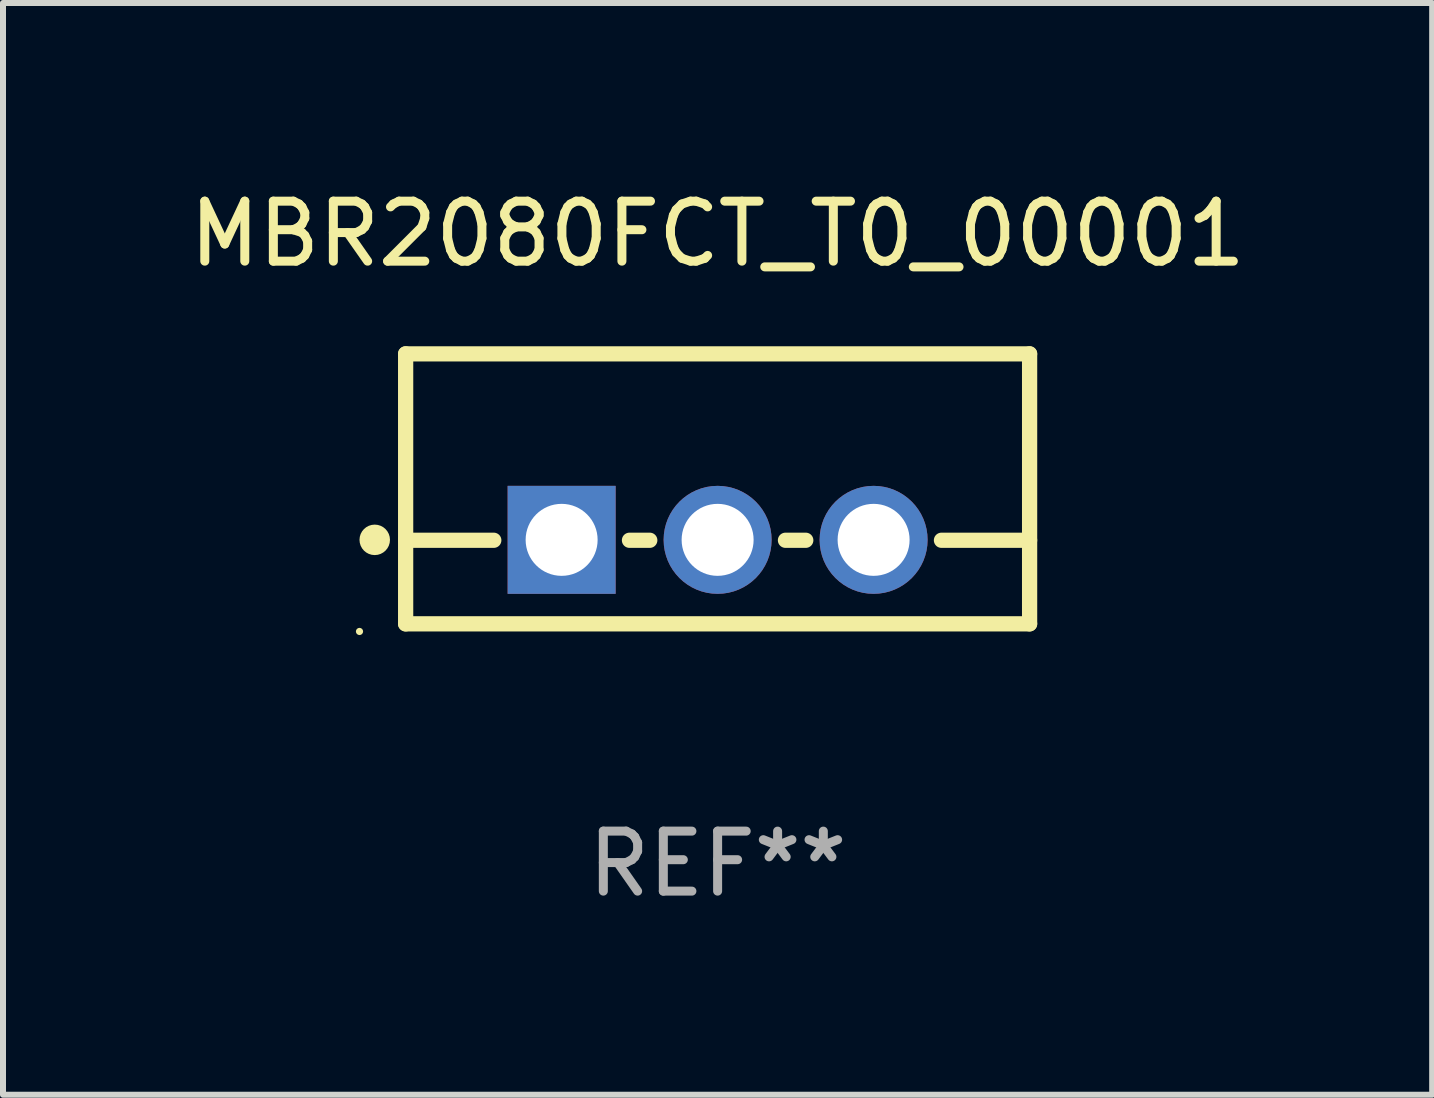
<source format=kicad_pcb>
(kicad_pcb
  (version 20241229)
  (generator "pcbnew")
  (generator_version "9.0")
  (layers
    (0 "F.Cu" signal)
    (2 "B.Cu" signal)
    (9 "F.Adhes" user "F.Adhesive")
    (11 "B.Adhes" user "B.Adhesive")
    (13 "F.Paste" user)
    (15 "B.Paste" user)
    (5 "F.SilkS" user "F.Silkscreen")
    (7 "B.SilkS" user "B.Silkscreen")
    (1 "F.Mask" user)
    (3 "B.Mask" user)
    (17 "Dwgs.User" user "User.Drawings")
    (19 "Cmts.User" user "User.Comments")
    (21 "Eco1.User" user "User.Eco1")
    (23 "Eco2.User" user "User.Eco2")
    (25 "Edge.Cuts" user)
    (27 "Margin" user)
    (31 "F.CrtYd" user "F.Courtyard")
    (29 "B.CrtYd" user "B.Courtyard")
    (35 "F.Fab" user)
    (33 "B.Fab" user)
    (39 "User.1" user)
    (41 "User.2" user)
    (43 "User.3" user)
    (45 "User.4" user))
  (footprint "MBR2080FCT_T0_00001"
    (layer "F.Cu")
    (at 8.911 5.098)
    (property "Reference" "MBR2080FCT_T0_00001" (at 0 -4.25 0) (layer "F.SilkS") (effects (font (size 1 1) (thickness 0.15))))
    (attr through_hole)
    (fp_line (start -5.2 -2.25) (end -5.2 2.25) (stroke (width 0.254) (type solid)) (layer "F.SilkS"))
    (fp_line (start -5.2 -2.25) (end 5.2 -2.25) (stroke (width 0.254) (type solid)) (layer "F.SilkS"))
    (fp_line (start -5.2 0.857) (end -3.731 0.857) (stroke (width 0.254) (type solid)) (layer "F.SilkS"))
    (fp_line (start -5.2 2.25) (end 5.2 2.25) (stroke (width 0.254) (type solid)) (layer "F.SilkS"))
    (fp_line (start -1.469 0.857) (end -1.131 0.857) (stroke (width 0.254) (type solid)) (layer "F.SilkS"))
    (fp_line (start 1.131 0.857) (end 1.469 0.857) (stroke (width 0.254) (type solid)) (layer "F.SilkS"))
    (fp_line (start 3.731 0.857) (end 5.2 0.857) (stroke (width 0.254) (type solid)) (layer "F.SilkS"))
    (fp_line (start 5.2 -2.25) (end 5.2 2.25) (stroke (width 0.254) (type solid)) (layer "F.SilkS"))
    (fp_circle (center -5.969 2.377) (end -5.939 2.377) (stroke (width 0.06) (type solid)) (fill no) (layer "F.SilkS"))
    (fp_circle (center -5.715 0.85) (end -5.588 0.85) (stroke (width 0.254) (type solid)) (fill no) (layer "F.SilkS"))
    (fp_text user "REF**" (at 0 6.25 0) (layer "F.Fab") (effects (font (size 1 1) (thickness 0.15))))
    (pad "1" thru_hole rect (at -2.6 0.85) (size 1.8 1.8) (drill 1.2) (layers "*.Cu" "*.Mask"))
    (pad "2" thru_hole circle (at 0 0.85) (size 1.8 1.8) (drill 1.2) (layers "*.Cu" "*.Mask"))
    (pad "3" thru_hole circle (at 2.6 0.85) (size 1.8 1.8) (drill 1.2) (layers "*.Cu" "*.Mask")))
  (gr_rect
    (start -3 -3)
    (end 20.821 15.197)
    (stroke (width 0.1) (type default))
    (fill no)
    (layer "Edge.Cuts")))
</source>
